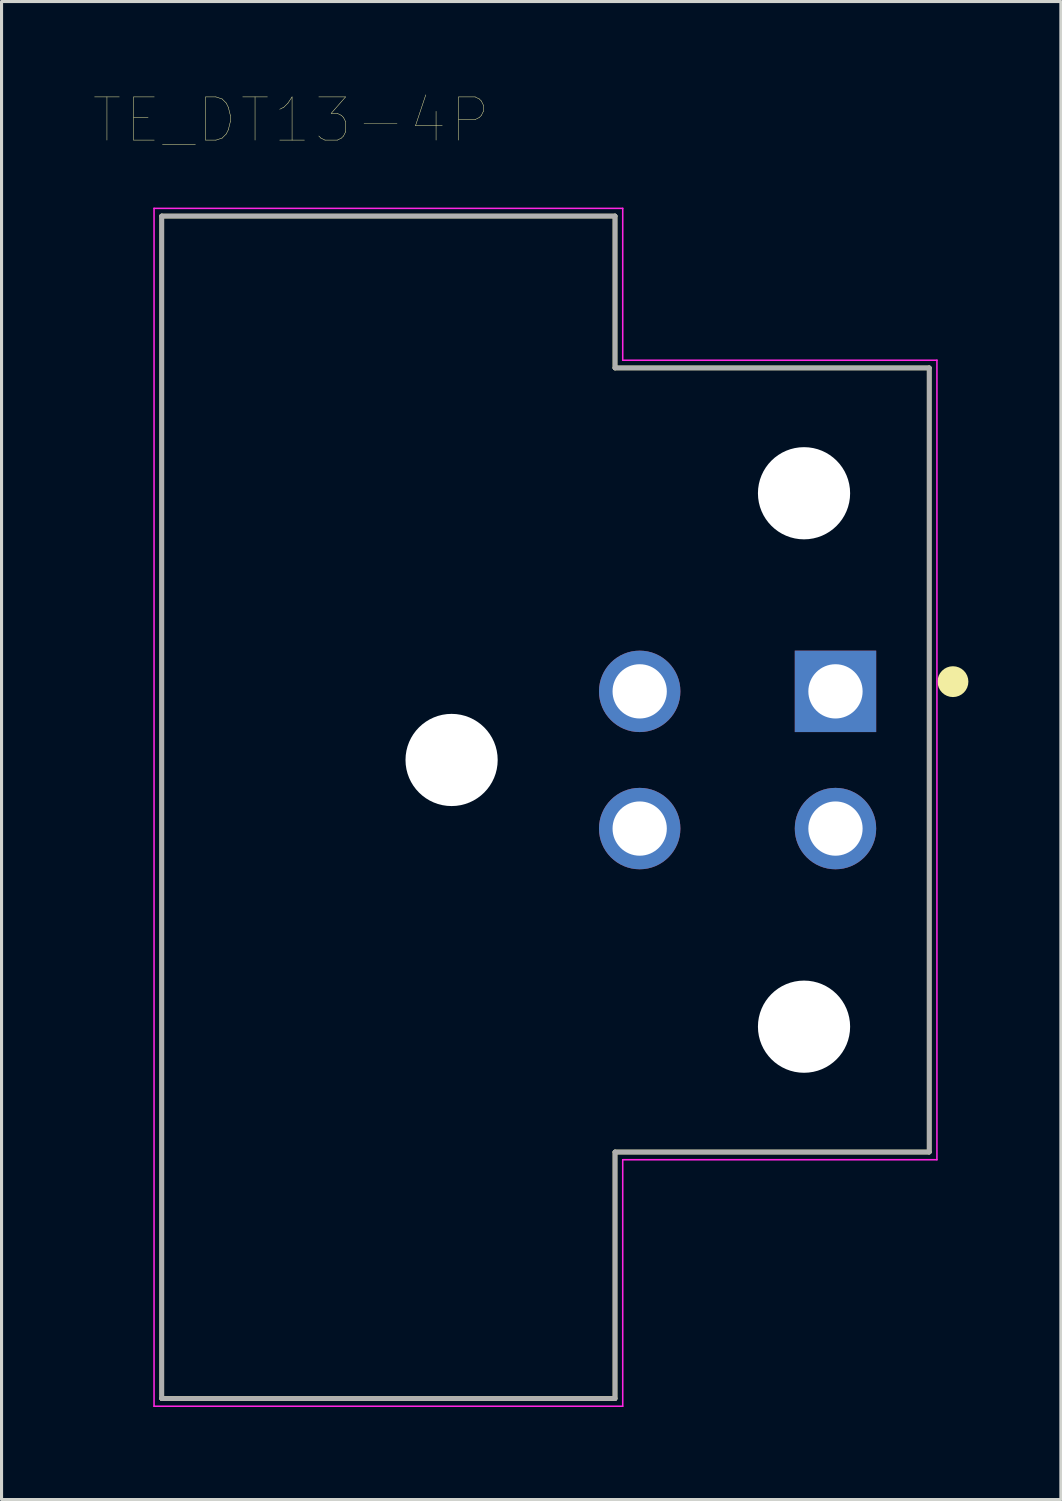
<source format=kicad_pcb>
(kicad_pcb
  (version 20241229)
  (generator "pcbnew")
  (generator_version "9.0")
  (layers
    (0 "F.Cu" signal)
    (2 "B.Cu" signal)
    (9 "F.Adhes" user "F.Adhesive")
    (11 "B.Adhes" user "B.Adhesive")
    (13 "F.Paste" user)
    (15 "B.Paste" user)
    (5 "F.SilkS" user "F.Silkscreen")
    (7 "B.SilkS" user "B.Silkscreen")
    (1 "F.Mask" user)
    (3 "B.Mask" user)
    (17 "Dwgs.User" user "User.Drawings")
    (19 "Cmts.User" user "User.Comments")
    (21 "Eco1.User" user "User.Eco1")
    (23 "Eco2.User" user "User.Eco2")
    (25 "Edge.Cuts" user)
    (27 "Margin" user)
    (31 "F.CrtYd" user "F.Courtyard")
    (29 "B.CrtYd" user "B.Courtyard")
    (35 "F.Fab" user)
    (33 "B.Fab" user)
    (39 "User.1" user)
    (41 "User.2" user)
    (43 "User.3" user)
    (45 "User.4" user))
  (footprint "TE_DT13-4P"
    (layer "F.Cu")
    (at 17.696 21.597)
    (property "Reference" "TE_DT13-4P" (at -11.307 -20.75 0) (layer "F.SilkS") (effects (font (size 1.401 1.401) (thickness 0.015))))
    (attr through_hole)
    (fp_line (start -15.5 -17.64) (end -15.5 20.71) (stroke (width 0.152) (type solid)) (layer "F.SilkS"))
    (fp_line (start -15.5 20.71) (end -0.8 20.71) (stroke (width 0.152) (type solid)) (layer "F.SilkS"))
    (fp_line (start -0.8 -17.64) (end -15.5 -17.64) (stroke (width 0.152) (type solid)) (layer "F.SilkS"))
    (fp_line (start -0.8 -12.715) (end -0.8 -17.64) (stroke (width 0.152) (type solid)) (layer "F.SilkS"))
    (fp_line (start -0.8 -12.715) (end 9.39 -12.715) (stroke (width 0.152) (type solid)) (layer "F.SilkS"))
    (fp_line (start -0.8 20.71) (end -0.8 12.715) (stroke (width 0.152) (type solid)) (layer "F.SilkS"))
    (fp_line (start 9.39 -12.715) (end 9.39 12.715) (stroke (width 0.152) (type solid)) (layer "F.SilkS"))
    (fp_line (start 9.39 12.715) (end -0.8 12.715) (stroke (width 0.152) (type solid)) (layer "F.SilkS"))
    (fp_circle (center 10.16 -2.54) (end 10.41 -2.54) (stroke (width 0.5) (type solid)) (fill no) (layer "F.SilkS"))
    (fp_line (start -15.75 -17.89) (end -0.55 -17.89) (stroke (width 0.05) (type solid)) (layer "F.CrtYd"))
    (fp_line (start -15.75 20.96) (end -15.75 -17.89) (stroke (width 0.05) (type solid)) (layer "F.CrtYd"))
    (fp_line (start -0.55 -17.89) (end -0.55 -12.965) (stroke (width 0.05) (type solid)) (layer "F.CrtYd"))
    (fp_line (start -0.55 -12.965) (end 9.64 -12.965) (stroke (width 0.05) (type solid)) (layer "F.CrtYd"))
    (fp_line (start -0.55 12.965) (end -0.55 20.96) (stroke (width 0.05) (type solid)) (layer "F.CrtYd"))
    (fp_line (start -0.55 20.96) (end -15.75 20.96) (stroke (width 0.05) (type solid)) (layer "F.CrtYd"))
    (fp_line (start 9.64 -12.965) (end 9.64 12.965) (stroke (width 0.05) (type solid)) (layer "F.CrtYd"))
    (fp_line (start 9.64 12.965) (end -0.55 12.965) (stroke (width 0.05) (type solid)) (layer "F.CrtYd"))
    (fp_line (start -15.5 -17.64) (end -15.5 20.71) (stroke (width 0.152) (type solid)) (layer "F.Fab"))
    (fp_line (start -15.5 20.71) (end -0.8 20.71) (stroke (width 0.152) (type solid)) (layer "F.Fab"))
    (fp_line (start -0.8 -17.64) (end -15.5 -17.64) (stroke (width 0.152) (type solid)) (layer "F.Fab"))
    (fp_line (start -0.8 -12.715) (end -0.8 -17.64) (stroke (width 0.152) (type solid)) (layer "F.Fab"))
    (fp_line (start -0.8 -12.715) (end 9.39 -12.715) (stroke (width 0.152) (type solid)) (layer "F.Fab"))
    (fp_line (start -0.8 20.71) (end -0.8 12.715) (stroke (width 0.152) (type solid)) (layer "F.Fab"))
    (fp_line (start 9.39 -12.715) (end 9.39 12.715) (stroke (width 0.152) (type solid)) (layer "F.Fab"))
    (fp_line (start 9.39 12.715) (end -0.8 12.715) (stroke (width 0.152) (type solid)) (layer "F.Fab"))
    (pad "" np_thru_hole circle (at -6.1 0) (size 2.99 2.99) (drill 2.99) (layers "*.Cu" "*.Mask"))
    (pad "" np_thru_hole circle (at 5.33 -8.65) (size 2.99 2.99) (drill 2.99) (layers "*.Cu" "*.Mask"))
    (pad "" np_thru_hole circle (at 5.33 8.65) (size 2.99 2.99) (drill 2.99) (layers "*.Cu" "*.Mask"))
    (pad "1" thru_hole rect (at 6.35 -2.225) (size 2.64 2.64) (drill 1.76) (layers "*.Cu" "*.Mask"))
    (pad "2" thru_hole circle (at 6.35 2.225) (size 2.64 2.64) (drill 1.76) (layers "*.Cu" "*.Mask"))
    (pad "3" thru_hole circle (at 0 2.225) (size 2.64 2.64) (drill 1.76) (layers "*.Cu" "*.Mask"))
    (pad "4" thru_hole circle (at 0 -2.225) (size 2.64 2.64) (drill 1.76) (layers "*.Cu" "*.Mask")))
  (gr_rect
    (start -3 -3)
    (end 31.356 45.582)
    (stroke (width 0.1) (type default))
    (fill no)
    (layer "Edge.Cuts")))
</source>
